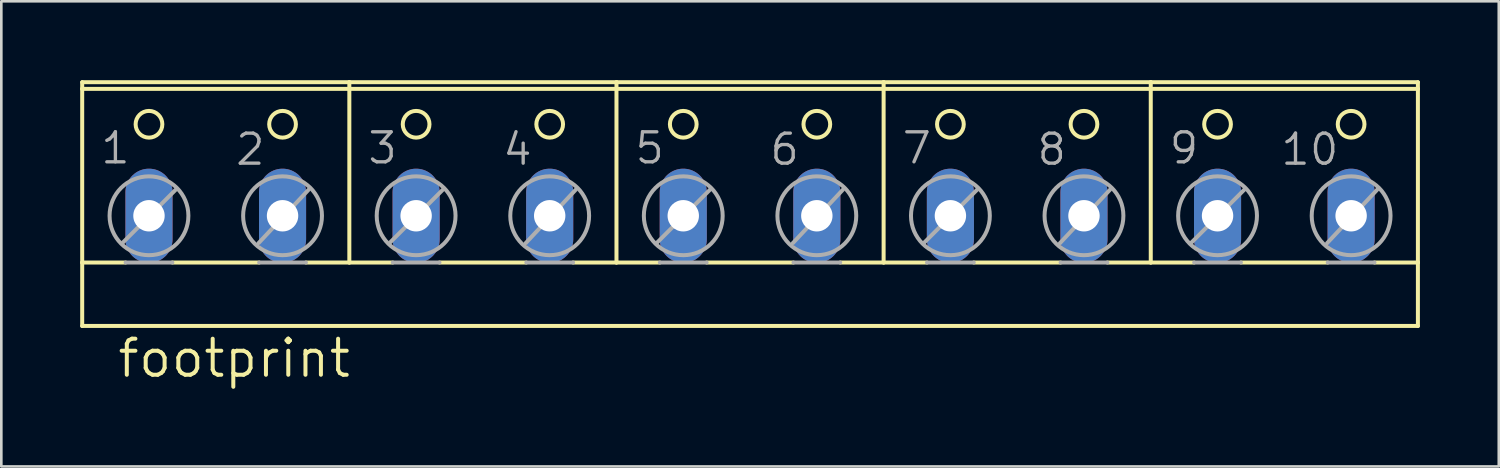
<source format=kicad_pcb>
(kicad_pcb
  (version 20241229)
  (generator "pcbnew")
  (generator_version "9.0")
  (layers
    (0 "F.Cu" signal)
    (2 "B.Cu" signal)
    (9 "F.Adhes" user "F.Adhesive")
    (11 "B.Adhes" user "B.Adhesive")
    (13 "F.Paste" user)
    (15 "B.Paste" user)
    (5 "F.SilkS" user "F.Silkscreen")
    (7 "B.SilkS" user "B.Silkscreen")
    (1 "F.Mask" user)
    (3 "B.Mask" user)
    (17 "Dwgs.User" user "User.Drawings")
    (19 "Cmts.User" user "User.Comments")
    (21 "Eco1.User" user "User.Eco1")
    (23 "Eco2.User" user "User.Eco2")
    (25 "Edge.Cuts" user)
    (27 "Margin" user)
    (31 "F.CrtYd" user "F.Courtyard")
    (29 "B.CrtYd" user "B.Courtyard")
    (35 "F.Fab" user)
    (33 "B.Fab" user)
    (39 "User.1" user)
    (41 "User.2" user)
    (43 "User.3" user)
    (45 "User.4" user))
  (footprint "footprint"
    (layer "F.Cu")
    (at 25.476 4.521)
    (property "Reference" "footprint" (at -24.13 6.858 0) (layer "F.SilkS") (effects (font (size 1.372 1.372) (thickness 0.152)) (justify left bottom)))
    (fp_line (start -25.4 -4.445) (end -15.24 -4.445) (stroke (width 0.152) (type solid)) (layer "F.SilkS"))
    (fp_line (start -25.4 -4.191) (end -25.4 -4.445) (stroke (width 0.152) (type solid)) (layer "F.SilkS"))
    (fp_line (start -25.4 -4.191) (end -15.24 -4.191) (stroke (width 0.152) (type solid)) (layer "F.SilkS"))
    (fp_line (start -25.4 2.413) (end -25.4 -4.191) (stroke (width 0.152) (type solid)) (layer "F.SilkS"))
    (fp_line (start -25.4 2.413) (end -23.749 2.413) (stroke (width 0.152) (type solid)) (layer "F.SilkS"))
    (fp_line (start -25.4 4.826) (end -25.4 2.413) (stroke (width 0.152) (type solid)) (layer "F.SilkS"))
    (fp_line (start -25.4 4.826) (end 25.4 4.826) (stroke (width 0.152) (type solid)) (layer "F.SilkS"))
    (fp_line (start -21.971 2.413) (end -18.669 2.413) (stroke (width 0.152) (type solid)) (layer "F.SilkS"))
    (fp_line (start -16.891 2.413) (end -15.24 2.413) (stroke (width 0.152) (type solid)) (layer "F.SilkS"))
    (fp_line (start -15.24 -4.445) (end -5.08 -4.445) (stroke (width 0.152) (type solid)) (layer "F.SilkS"))
    (fp_line (start -15.24 -4.191) (end -15.24 -4.445) (stroke (width 0.152) (type solid)) (layer "F.SilkS"))
    (fp_line (start -15.24 -4.191) (end 25.4 -4.191) (stroke (width 0.152) (type solid)) (layer "F.SilkS"))
    (fp_line (start -15.24 2.413) (end -15.24 -4.191) (stroke (width 0.152) (type solid)) (layer "F.SilkS"))
    (fp_line (start -15.24 2.413) (end -13.589 2.413) (stroke (width 0.152) (type solid)) (layer "F.SilkS"))
    (fp_line (start -11.811 2.413) (end -8.509 2.413) (stroke (width 0.152) (type solid)) (layer "F.SilkS"))
    (fp_line (start -6.731 2.413) (end -5.08 2.413) (stroke (width 0.152) (type solid)) (layer "F.SilkS"))
    (fp_line (start -5.08 -4.445) (end 5.08 -4.445) (stroke (width 0.152) (type solid)) (layer "F.SilkS"))
    (fp_line (start -5.08 2.413) (end -5.08 -4.445) (stroke (width 0.152) (type solid)) (layer "F.SilkS"))
    (fp_line (start -5.08 2.413) (end -3.429 2.413) (stroke (width 0.152) (type solid)) (layer "F.SilkS"))
    (fp_line (start -1.651 2.413) (end 1.651 2.413) (stroke (width 0.152) (type solid)) (layer "F.SilkS"))
    (fp_line (start 3.429 2.413) (end 5.08 2.413) (stroke (width 0.152) (type solid)) (layer "F.SilkS"))
    (fp_line (start 5.08 -4.445) (end 15.24 -4.445) (stroke (width 0.152) (type solid)) (layer "F.SilkS"))
    (fp_line (start 5.08 2.413) (end 5.08 -4.445) (stroke (width 0.152) (type solid)) (layer "F.SilkS"))
    (fp_line (start 5.08 2.413) (end 6.731 2.413) (stroke (width 0.152) (type solid)) (layer "F.SilkS"))
    (fp_line (start 8.509 2.413) (end 11.811 2.413) (stroke (width 0.152) (type solid)) (layer "F.SilkS"))
    (fp_line (start 13.589 2.413) (end 15.24 2.413) (stroke (width 0.152) (type solid)) (layer "F.SilkS"))
    (fp_line (start 15.24 -4.445) (end 25.4 -4.445) (stroke (width 0.152) (type solid)) (layer "F.SilkS"))
    (fp_line (start 15.24 2.413) (end 15.24 -4.445) (stroke (width 0.152) (type solid)) (layer "F.SilkS"))
    (fp_line (start 15.24 2.413) (end 16.891 2.413) (stroke (width 0.152) (type solid)) (layer "F.SilkS"))
    (fp_line (start 18.669 2.413) (end 21.971 2.413) (stroke (width 0.152) (type solid)) (layer "F.SilkS"))
    (fp_line (start 23.749 2.413) (end 25.4 2.413) (stroke (width 0.152) (type solid)) (layer "F.SilkS"))
    (fp_line (start 25.4 -4.191) (end 25.4 -4.445) (stroke (width 0.152) (type solid)) (layer "F.SilkS"))
    (fp_line (start 25.4 2.413) (end 25.4 -4.191) (stroke (width 0.152) (type solid)) (layer "F.SilkS"))
    (fp_line (start 25.4 4.826) (end 25.4 2.413) (stroke (width 0.152) (type solid)) (layer "F.SilkS"))
    (fp_circle (center -22.86 -2.845) (end -22.352 -2.845) (stroke (width 0.152) (type solid)) (fill no) (layer "F.SilkS"))
    (fp_circle (center -17.78 -2.845) (end -17.272 -2.845) (stroke (width 0.152) (type solid)) (fill no) (layer "F.SilkS"))
    (fp_circle (center -12.7 -2.845) (end -12.192 -2.845) (stroke (width 0.152) (type solid)) (fill no) (layer "F.SilkS"))
    (fp_circle (center -7.62 -2.845) (end -7.112 -2.845) (stroke (width 0.152) (type solid)) (fill no) (layer "F.SilkS"))
    (fp_circle (center -2.54 -2.845) (end -2.032 -2.845) (stroke (width 0.152) (type solid)) (fill no) (layer "F.SilkS"))
    (fp_circle (center 2.54 -2.845) (end 3.048 -2.845) (stroke (width 0.152) (type solid)) (fill no) (layer "F.SilkS"))
    (fp_circle (center 7.62 -2.845) (end 8.128 -2.845) (stroke (width 0.152) (type solid)) (fill no) (layer "F.SilkS"))
    (fp_circle (center 12.7 -2.845) (end 13.208 -2.845) (stroke (width 0.152) (type solid)) (fill no) (layer "F.SilkS"))
    (fp_circle (center 17.78 -2.845) (end 18.288 -2.845) (stroke (width 0.152) (type solid)) (fill no) (layer "F.SilkS"))
    (fp_circle (center 22.86 -2.845) (end 23.368 -2.845) (stroke (width 0.152) (type solid)) (fill no) (layer "F.SilkS"))
    (fp_line (start -23.851 1.651) (end -21.844 -0.356) (stroke (width 0.152) (type solid)) (layer "F.Fab"))
    (fp_line (start -23.749 2.413) (end -21.971 2.413) (stroke (width 0.152) (type solid)) (layer "F.Fab"))
    (fp_line (start -18.694 1.676) (end -16.789 -0.356) (stroke (width 0.152) (type solid)) (layer "F.Fab"))
    (fp_line (start -18.669 2.413) (end -16.891 2.413) (stroke (width 0.152) (type solid)) (layer "F.Fab"))
    (fp_line (start -13.691 1.651) (end -11.684 -0.356) (stroke (width 0.152) (type solid)) (layer "F.Fab"))
    (fp_line (start -13.589 2.413) (end -11.811 2.413) (stroke (width 0.152) (type solid)) (layer "F.Fab"))
    (fp_line (start -8.534 1.676) (end -6.629 -0.356) (stroke (width 0.152) (type solid)) (layer "F.Fab"))
    (fp_line (start -8.509 2.413) (end -6.731 2.413) (stroke (width 0.152) (type solid)) (layer "F.Fab"))
    (fp_line (start -3.531 1.651) (end -1.524 -0.356) (stroke (width 0.152) (type solid)) (layer "F.Fab"))
    (fp_line (start -3.429 2.413) (end -1.651 2.413) (stroke (width 0.152) (type solid)) (layer "F.Fab"))
    (fp_line (start 1.626 1.676) (end 3.531 -0.356) (stroke (width 0.152) (type solid)) (layer "F.Fab"))
    (fp_line (start 1.651 2.413) (end 3.429 2.413) (stroke (width 0.152) (type solid)) (layer "F.Fab"))
    (fp_line (start 6.629 1.651) (end 8.636 -0.356) (stroke (width 0.152) (type solid)) (layer "F.Fab"))
    (fp_line (start 6.731 2.413) (end 8.509 2.413) (stroke (width 0.152) (type solid)) (layer "F.Fab"))
    (fp_line (start 11.786 1.676) (end 13.691 -0.356) (stroke (width 0.152) (type solid)) (layer "F.Fab"))
    (fp_line (start 11.811 2.413) (end 13.589 2.413) (stroke (width 0.152) (type solid)) (layer "F.Fab"))
    (fp_line (start 16.789 1.651) (end 18.796 -0.356) (stroke (width 0.152) (type solid)) (layer "F.Fab"))
    (fp_line (start 16.891 2.413) (end 18.669 2.413) (stroke (width 0.152) (type solid)) (layer "F.Fab"))
    (fp_line (start 21.946 1.676) (end 23.851 -0.356) (stroke (width 0.152) (type solid)) (layer "F.Fab"))
    (fp_line (start 21.971 2.413) (end 23.749 2.413) (stroke (width 0.152) (type solid)) (layer "F.Fab"))
    (fp_circle (center -22.86 0.635) (end -21.361 0.635) (stroke (width 0.152) (type solid)) (fill no) (layer "F.Fab"))
    (fp_circle (center -17.78 0.635) (end -16.281 0.635) (stroke (width 0.152) (type solid)) (fill no) (layer "F.Fab"))
    (fp_circle (center -12.7 0.635) (end -11.201 0.635) (stroke (width 0.152) (type solid)) (fill no) (layer "F.Fab"))
    (fp_circle (center -7.62 0.635) (end -6.121 0.635) (stroke (width 0.152) (type solid)) (fill no) (layer "F.Fab"))
    (fp_circle (center -2.54 0.635) (end -1.041 0.635) (stroke (width 0.152) (type solid)) (fill no) (layer "F.Fab"))
    (fp_circle (center 2.54 0.635) (end 4.039 0.635) (stroke (width 0.152) (type solid)) (fill no) (layer "F.Fab"))
    (fp_circle (center 7.62 0.635) (end 9.119 0.635) (stroke (width 0.152) (type solid)) (fill no) (layer "F.Fab"))
    (fp_circle (center 12.7 0.635) (end 14.199 0.635) (stroke (width 0.152) (type solid)) (fill no) (layer "F.Fab"))
    (fp_circle (center 17.78 0.635) (end 19.279 0.635) (stroke (width 0.152) (type solid)) (fill no) (layer "F.Fab"))
    (fp_circle (center 22.86 0.635) (end 24.359 0.635) (stroke (width 0.152) (type solid)) (fill no) (layer "F.Fab"))
    (fp_text user "9" (at 15.875 -1.27 0) (layer "F.Fab") (effects (font (size 1.143 1.143) (thickness 0.127)) (justify left bottom)))
    (fp_text user "10" (at 20.117 -1.219 0) (layer "F.Fab") (effects (font (size 1.143 1.143) (thickness 0.127)) (justify left bottom)))
    (fp_text user "3" (at -14.605 -1.27 0) (layer "F.Fab") (effects (font (size 1.143 1.143) (thickness 0.127)) (justify left bottom)))
    (fp_text user "2" (at -19.634 -1.219 0) (layer "F.Fab") (effects (font (size 1.143 1.143) (thickness 0.127)) (justify left bottom)))
    (fp_text user "4" (at -9.474 -1.219 0) (layer "F.Fab") (effects (font (size 1.143 1.143) (thickness 0.127)) (justify left bottom)))
    (fp_text user "8" (at 10.846 -1.219 0) (layer "F.Fab") (effects (font (size 1.143 1.143) (thickness 0.127)) (justify left bottom)))
    (fp_text user "1" (at -24.765 -1.27 0) (layer "F.Fab") (effects (font (size 1.143 1.143) (thickness 0.127)) (justify left bottom)))
    (fp_text user "7" (at 5.715 -1.27 0) (layer "F.Fab") (effects (font (size 1.143 1.143) (thickness 0.127)) (justify left bottom)))
    (fp_text user "5" (at -4.445 -1.27 0) (layer "F.Fab") (effects (font (size 1.143 1.143) (thickness 0.127)) (justify left bottom)))
    (fp_text user "6" (at 0.686 -1.219 0) (layer "F.Fab") (effects (font (size 1.143 1.143) (thickness 0.127)) (justify left bottom)))
    (pad "1" thru_hole oval (at -22.86 0.635 90) (size 3.581 1.791) (drill 1.194) (layers "*.Cu" "*.Mask"))
    (pad "2" thru_hole oval (at -17.78 0.635 90) (size 3.581 1.791) (drill 1.194) (layers "*.Cu" "*.Mask"))
    (pad "3" thru_hole oval (at -12.7 0.635 90) (size 3.581 1.791) (drill 1.194) (layers "*.Cu" "*.Mask"))
    (pad "4" thru_hole oval (at -7.62 0.635 90) (size 3.581 1.791) (drill 1.194) (layers "*.Cu" "*.Mask"))
    (pad "5" thru_hole oval (at -2.54 0.635 90) (size 3.581 1.791) (drill 1.194) (layers "*.Cu" "*.Mask"))
    (pad "6" thru_hole oval (at 2.54 0.635 90) (size 3.581 1.791) (drill 1.194) (layers "*.Cu" "*.Mask"))
    (pad "7" thru_hole oval (at 7.62 0.635 90) (size 3.581 1.791) (drill 1.194) (layers "*.Cu" "*.Mask"))
    (pad "8" thru_hole oval (at 12.7 0.635 90) (size 3.581 1.791) (drill 1.194) (layers "*.Cu" "*.Mask"))
    (pad "9" thru_hole oval (at 17.78 0.635 90) (size 3.581 1.791) (drill 1.194) (layers "*.Cu" "*.Mask"))
    (pad "10" thru_hole oval (at 22.86 0.635 90) (size 3.581 1.791) (drill 1.194) (layers "*.Cu" "*.Mask")))
  (gr_rect
    (start -3 -3)
    (end 53.952 14.69)
    (stroke (width 0.1) (type default))
    (fill no)
    (layer "Edge.Cuts")))
</source>
